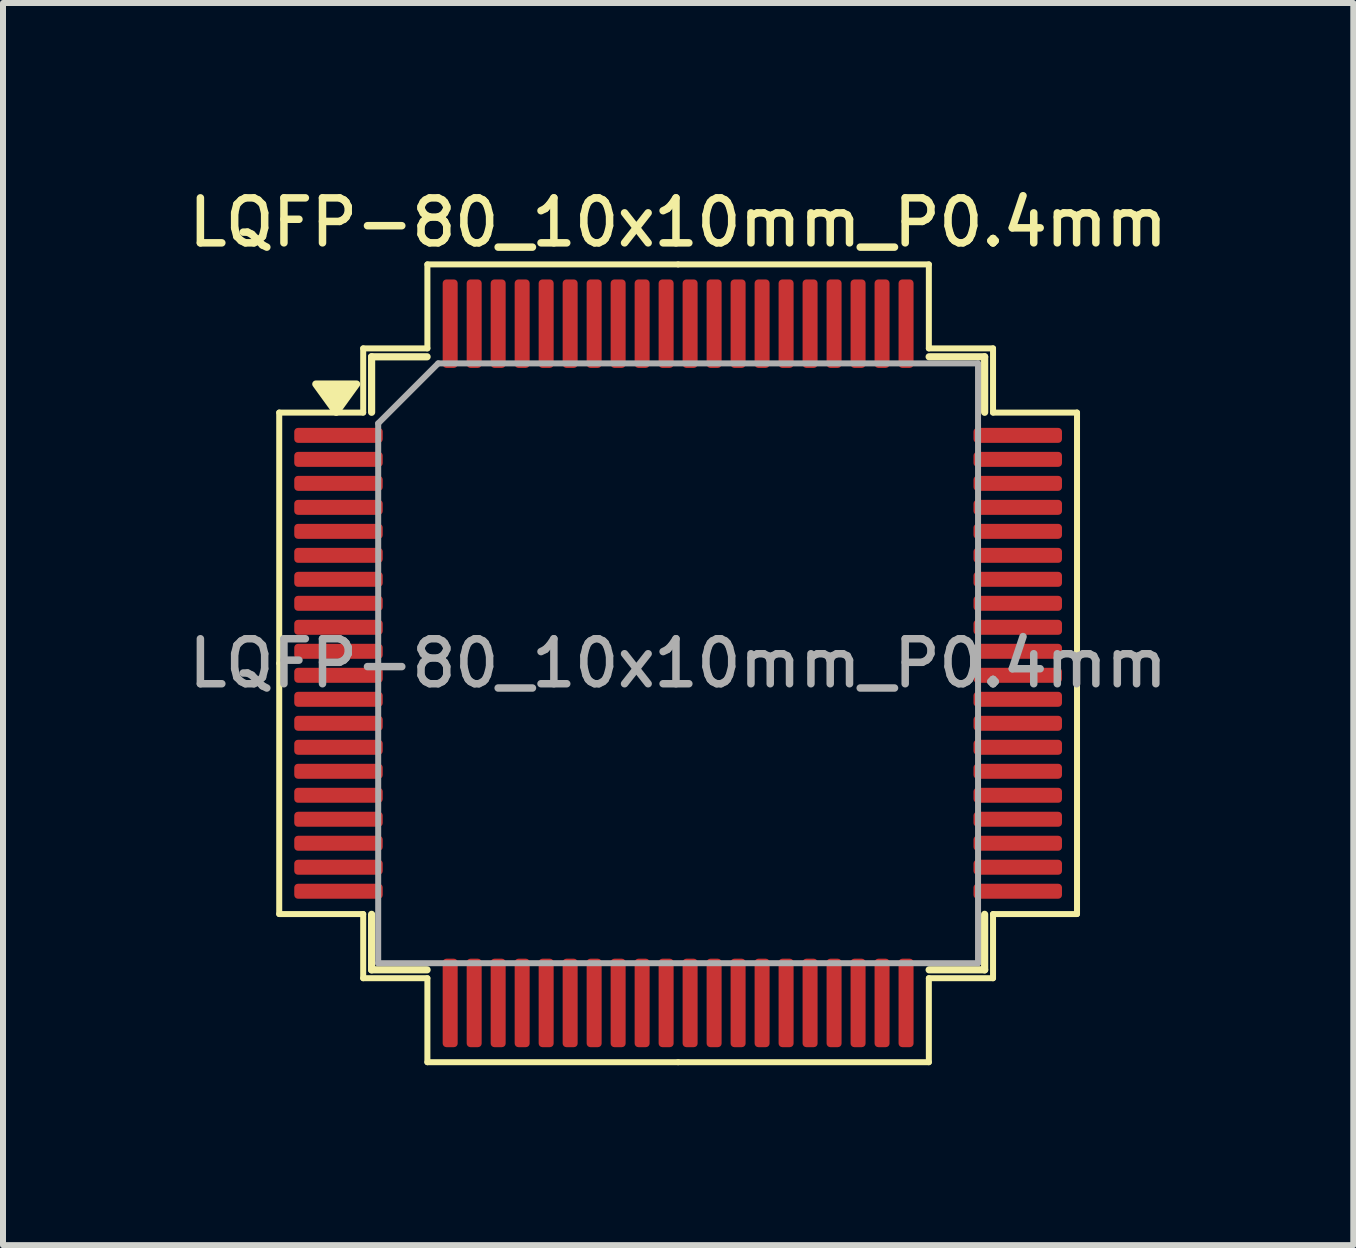
<source format=kicad_pcb>
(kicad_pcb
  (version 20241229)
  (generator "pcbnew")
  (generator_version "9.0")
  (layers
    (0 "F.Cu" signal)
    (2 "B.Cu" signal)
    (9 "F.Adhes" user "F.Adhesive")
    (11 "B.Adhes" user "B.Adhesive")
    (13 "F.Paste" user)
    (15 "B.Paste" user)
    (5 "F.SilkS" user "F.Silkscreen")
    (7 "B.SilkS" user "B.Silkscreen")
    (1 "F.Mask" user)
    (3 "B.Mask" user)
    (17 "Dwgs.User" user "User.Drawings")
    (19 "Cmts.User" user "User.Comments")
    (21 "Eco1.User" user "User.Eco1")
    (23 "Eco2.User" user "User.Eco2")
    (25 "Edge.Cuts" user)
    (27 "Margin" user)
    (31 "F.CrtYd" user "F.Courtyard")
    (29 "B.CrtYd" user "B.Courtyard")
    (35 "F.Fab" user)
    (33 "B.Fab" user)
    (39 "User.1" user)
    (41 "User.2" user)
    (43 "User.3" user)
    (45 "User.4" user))
  (footprint "LQFP-80_10x10mm_P0.4mm"
    (layer "F.Cu")
    (at 8.255 8.008)
    (property "Reference" "LQFP-80_10x10mm_P0.4mm" (at 0 -7.35 0) (layer "F.SilkS") (effects (font (size 0.75 0.75) (thickness 0.125))))
    (attr smd)
    (fp_line (start -6.65 -4.18) (end -6.65 0) (stroke (width 0.1) (type solid)) (layer "F.SilkS"))
    (fp_line (start -6.65 4.18) (end -6.65 0) (stroke (width 0.1) (type solid)) (layer "F.SilkS"))
    (fp_line (start -5.25 -5.25) (end -5.25 -4.18) (stroke (width 0.1) (type solid)) (layer "F.SilkS"))
    (fp_line (start -5.25 -4.18) (end -6.65 -4.18) (stroke (width 0.1) (type solid)) (layer "F.SilkS"))
    (fp_line (start -5.25 4.18) (end -6.65 4.18) (stroke (width 0.1) (type solid)) (layer "F.SilkS"))
    (fp_line (start -5.25 5.25) (end -5.25 4.18) (stroke (width 0.1) (type solid)) (layer "F.SilkS"))
    (fp_line (start -5.11 -5.11) (end -5.11 -4.185) (stroke (width 0.12) (type solid)) (layer "F.SilkS"))
    (fp_line (start -5.11 5.11) (end -5.11 4.185) (stroke (width 0.12) (type solid)) (layer "F.SilkS"))
    (fp_line (start -4.185 -5.11) (end -5.11 -5.11) (stroke (width 0.12) (type solid)) (layer "F.SilkS"))
    (fp_line (start -4.185 5.11) (end -5.11 5.11) (stroke (width 0.12) (type solid)) (layer "F.SilkS"))
    (fp_line (start -4.18 -6.65) (end -4.18 -5.25) (stroke (width 0.1) (type solid)) (layer "F.SilkS"))
    (fp_line (start -4.18 -5.25) (end -5.25 -5.25) (stroke (width 0.1) (type solid)) (layer "F.SilkS"))
    (fp_line (start -4.18 5.25) (end -5.25 5.25) (stroke (width 0.1) (type solid)) (layer "F.SilkS"))
    (fp_line (start -4.18 6.65) (end -4.18 5.25) (stroke (width 0.1) (type solid)) (layer "F.SilkS"))
    (fp_line (start 0 -6.65) (end -4.18 -6.65) (stroke (width 0.1) (type solid)) (layer "F.SilkS"))
    (fp_line (start 0 -6.65) (end 4.18 -6.65) (stroke (width 0.1) (type solid)) (layer "F.SilkS"))
    (fp_line (start 0 6.65) (end -4.18 6.65) (stroke (width 0.1) (type solid)) (layer "F.SilkS"))
    (fp_line (start 0 6.65) (end 4.18 6.65) (stroke (width 0.1) (type solid)) (layer "F.SilkS"))
    (fp_line (start 4.18 -6.65) (end 4.18 -5.25) (stroke (width 0.1) (type solid)) (layer "F.SilkS"))
    (fp_line (start 4.18 -5.25) (end 5.25 -5.25) (stroke (width 0.1) (type solid)) (layer "F.SilkS"))
    (fp_line (start 4.18 5.25) (end 5.25 5.25) (stroke (width 0.1) (type solid)) (layer "F.SilkS"))
    (fp_line (start 4.18 6.65) (end 4.18 5.25) (stroke (width 0.1) (type solid)) (layer "F.SilkS"))
    (fp_line (start 4.185 -5.11) (end 5.11 -5.11) (stroke (width 0.12) (type solid)) (layer "F.SilkS"))
    (fp_line (start 4.185 5.11) (end 5.11 5.11) (stroke (width 0.12) (type solid)) (layer "F.SilkS"))
    (fp_line (start 5.11 -5.11) (end 5.11 -4.185) (stroke (width 0.12) (type solid)) (layer "F.SilkS"))
    (fp_line (start 5.11 5.11) (end 5.11 4.185) (stroke (width 0.12) (type solid)) (layer "F.SilkS"))
    (fp_line (start 5.25 -5.25) (end 5.25 -4.18) (stroke (width 0.1) (type solid)) (layer "F.SilkS"))
    (fp_line (start 5.25 -4.18) (end 6.65 -4.18) (stroke (width 0.1) (type solid)) (layer "F.SilkS"))
    (fp_line (start 5.25 4.18) (end 6.65 4.18) (stroke (width 0.1) (type solid)) (layer "F.SilkS"))
    (fp_line (start 5.25 5.25) (end 5.25 4.18) (stroke (width 0.1) (type solid)) (layer "F.SilkS"))
    (fp_line (start 6.65 -4.18) (end 6.65 0) (stroke (width 0.1) (type solid)) (layer "F.SilkS"))
    (fp_line (start 6.65 4.18) (end 6.65 0) (stroke (width 0.1) (type solid)) (layer "F.SilkS"))
    (fp_poly (pts (xy -5.7 -4.185) (xy -6.04 -4.655) (xy -5.36 -4.655) (xy -5.7 -4.185)) (stroke (width 0.12) (type solid)) (fill yes) (layer "F.SilkS"))
    (fp_line (start -5 -4) (end -4 -5) (stroke (width 0.1) (type solid)) (layer "F.Fab"))
    (fp_line (start -5 5) (end -5 -4) (stroke (width 0.1) (type solid)) (layer "F.Fab"))
    (fp_line (start -4 -5) (end 5 -5) (stroke (width 0.1) (type solid)) (layer "F.Fab"))
    (fp_line (start 5 -5) (end 5 5) (stroke (width 0.1) (type solid)) (layer "F.Fab"))
    (fp_line (start 5 5) (end -5 5) (stroke (width 0.1) (type solid)) (layer "F.Fab"))
    (fp_text user "${REFERENCE}" (at 0 0 0) (layer "F.Fab") (effects (font (size 0.75 0.75) (thickness 0.125))))
    (pad "1" smd roundrect (at -5.662 -3.8) (size 1.475 0.25) (layers "F.Cu" "F.Mask" "F.Paste") (roundrect_rratio 0.25))
    (pad "2" smd roundrect (at -5.662 -3.4) (size 1.475 0.25) (layers "F.Cu" "F.Mask" "F.Paste") (roundrect_rratio 0.25))
    (pad "3" smd roundrect (at -5.662 -3) (size 1.475 0.25) (layers "F.Cu" "F.Mask" "F.Paste") (roundrect_rratio 0.25))
    (pad "4" smd roundrect (at -5.662 -2.6) (size 1.475 0.25) (layers "F.Cu" "F.Mask" "F.Paste") (roundrect_rratio 0.25))
    (pad "5" smd roundrect (at -5.662 -2.2) (size 1.475 0.25) (layers "F.Cu" "F.Mask" "F.Paste") (roundrect_rratio 0.25))
    (pad "6" smd roundrect (at -5.662 -1.8) (size 1.475 0.25) (layers "F.Cu" "F.Mask" "F.Paste") (roundrect_rratio 0.25))
    (pad "7" smd roundrect (at -5.662 -1.4) (size 1.475 0.25) (layers "F.Cu" "F.Mask" "F.Paste") (roundrect_rratio 0.25))
    (pad "8" smd roundrect (at -5.662 -1) (size 1.475 0.25) (layers "F.Cu" "F.Mask" "F.Paste") (roundrect_rratio 0.25))
    (pad "9" smd roundrect (at -5.662 -0.6) (size 1.475 0.25) (layers "F.Cu" "F.Mask" "F.Paste") (roundrect_rratio 0.25))
    (pad "10" smd roundrect (at -5.662 -0.2) (size 1.475 0.25) (layers "F.Cu" "F.Mask" "F.Paste") (roundrect_rratio 0.25))
    (pad "11" smd roundrect (at -5.662 0.2) (size 1.475 0.25) (layers "F.Cu" "F.Mask" "F.Paste") (roundrect_rratio 0.25))
    (pad "12" smd roundrect (at -5.662 0.6) (size 1.475 0.25) (layers "F.Cu" "F.Mask" "F.Paste") (roundrect_rratio 0.25))
    (pad "13" smd roundrect (at -5.662 1) (size 1.475 0.25) (layers "F.Cu" "F.Mask" "F.Paste") (roundrect_rratio 0.25))
    (pad "14" smd roundrect (at -5.662 1.4) (size 1.475 0.25) (layers "F.Cu" "F.Mask" "F.Paste") (roundrect_rratio 0.25))
    (pad "15" smd roundrect (at -5.662 1.8) (size 1.475 0.25) (layers "F.Cu" "F.Mask" "F.Paste") (roundrect_rratio 0.25))
    (pad "16" smd roundrect (at -5.662 2.2) (size 1.475 0.25) (layers "F.Cu" "F.Mask" "F.Paste") (roundrect_rratio 0.25))
    (pad "17" smd roundrect (at -5.662 2.6) (size 1.475 0.25) (layers "F.Cu" "F.Mask" "F.Paste") (roundrect_rratio 0.25))
    (pad "18" smd roundrect (at -5.662 3) (size 1.475 0.25) (layers "F.Cu" "F.Mask" "F.Paste") (roundrect_rratio 0.25))
    (pad "19" smd roundrect (at -5.662 3.4) (size 1.475 0.25) (layers "F.Cu" "F.Mask" "F.Paste") (roundrect_rratio 0.25))
    (pad "20" smd roundrect (at -5.662 3.8) (size 1.475 0.25) (layers "F.Cu" "F.Mask" "F.Paste") (roundrect_rratio 0.25))
    (pad "21" smd roundrect (at -3.8 5.662) (size 0.25 1.475) (layers "F.Cu" "F.Mask" "F.Paste") (roundrect_rratio 0.25))
    (pad "22" smd roundrect (at -3.4 5.662) (size 0.25 1.475) (layers "F.Cu" "F.Mask" "F.Paste") (roundrect_rratio 0.25))
    (pad "23" smd roundrect (at -3 5.662) (size 0.25 1.475) (layers "F.Cu" "F.Mask" "F.Paste") (roundrect_rratio 0.25))
    (pad "24" smd roundrect (at -2.6 5.662) (size 0.25 1.475) (layers "F.Cu" "F.Mask" "F.Paste") (roundrect_rratio 0.25))
    (pad "25" smd roundrect (at -2.2 5.662) (size 0.25 1.475) (layers "F.Cu" "F.Mask" "F.Paste") (roundrect_rratio 0.25))
    (pad "26" smd roundrect (at -1.8 5.662) (size 0.25 1.475) (layers "F.Cu" "F.Mask" "F.Paste") (roundrect_rratio 0.25))
    (pad "27" smd roundrect (at -1.4 5.662) (size 0.25 1.475) (layers "F.Cu" "F.Mask" "F.Paste") (roundrect_rratio 0.25))
    (pad "28" smd roundrect (at -1 5.662) (size 0.25 1.475) (layers "F.Cu" "F.Mask" "F.Paste") (roundrect_rratio 0.25))
    (pad "29" smd roundrect (at -0.6 5.662) (size 0.25 1.475) (layers "F.Cu" "F.Mask" "F.Paste") (roundrect_rratio 0.25))
    (pad "30" smd roundrect (at -0.2 5.662) (size 0.25 1.475) (layers "F.Cu" "F.Mask" "F.Paste") (roundrect_rratio 0.25))
    (pad "31" smd roundrect (at 0.2 5.662) (size 0.25 1.475) (layers "F.Cu" "F.Mask" "F.Paste") (roundrect_rratio 0.25))
    (pad "32" smd roundrect (at 0.6 5.662) (size 0.25 1.475) (layers "F.Cu" "F.Mask" "F.Paste") (roundrect_rratio 0.25))
    (pad "33" smd roundrect (at 1 5.662) (size 0.25 1.475) (layers "F.Cu" "F.Mask" "F.Paste") (roundrect_rratio 0.25))
    (pad "34" smd roundrect (at 1.4 5.662) (size 0.25 1.475) (layers "F.Cu" "F.Mask" "F.Paste") (roundrect_rratio 0.25))
    (pad "35" smd roundrect (at 1.8 5.662) (size 0.25 1.475) (layers "F.Cu" "F.Mask" "F.Paste") (roundrect_rratio 0.25))
    (pad "36" smd roundrect (at 2.2 5.662) (size 0.25 1.475) (layers "F.Cu" "F.Mask" "F.Paste") (roundrect_rratio 0.25))
    (pad "37" smd roundrect (at 2.6 5.662) (size 0.25 1.475) (layers "F.Cu" "F.Mask" "F.Paste") (roundrect_rratio 0.25))
    (pad "38" smd roundrect (at 3 5.662) (size 0.25 1.475) (layers "F.Cu" "F.Mask" "F.Paste") (roundrect_rratio 0.25))
    (pad "39" smd roundrect (at 3.4 5.662) (size 0.25 1.475) (layers "F.Cu" "F.Mask" "F.Paste") (roundrect_rratio 0.25))
    (pad "40" smd roundrect (at 3.8 5.662) (size 0.25 1.475) (layers "F.Cu" "F.Mask" "F.Paste") (roundrect_rratio 0.25))
    (pad "41" smd roundrect (at 5.662 3.8) (size 1.475 0.25) (layers "F.Cu" "F.Mask" "F.Paste") (roundrect_rratio 0.25))
    (pad "42" smd roundrect (at 5.662 3.4) (size 1.475 0.25) (layers "F.Cu" "F.Mask" "F.Paste") (roundrect_rratio 0.25))
    (pad "43" smd roundrect (at 5.662 3) (size 1.475 0.25) (layers "F.Cu" "F.Mask" "F.Paste") (roundrect_rratio 0.25))
    (pad "44" smd roundrect (at 5.662 2.6) (size 1.475 0.25) (layers "F.Cu" "F.Mask" "F.Paste") (roundrect_rratio 0.25))
    (pad "45" smd roundrect (at 5.662 2.2) (size 1.475 0.25) (layers "F.Cu" "F.Mask" "F.Paste") (roundrect_rratio 0.25))
    (pad "46" smd roundrect (at 5.662 1.8) (size 1.475 0.25) (layers "F.Cu" "F.Mask" "F.Paste") (roundrect_rratio 0.25))
    (pad "47" smd roundrect (at 5.662 1.4) (size 1.475 0.25) (layers "F.Cu" "F.Mask" "F.Paste") (roundrect_rratio 0.25))
    (pad "48" smd roundrect (at 5.662 1) (size 1.475 0.25) (layers "F.Cu" "F.Mask" "F.Paste") (roundrect_rratio 0.25))
    (pad "49" smd roundrect (at 5.662 0.6) (size 1.475 0.25) (layers "F.Cu" "F.Mask" "F.Paste") (roundrect_rratio 0.25))
    (pad "50" smd roundrect (at 5.662 0.2) (size 1.475 0.25) (layers "F.Cu" "F.Mask" "F.Paste") (roundrect_rratio 0.25))
    (pad "51" smd roundrect (at 5.662 -0.2) (size 1.475 0.25) (layers "F.Cu" "F.Mask" "F.Paste") (roundrect_rratio 0.25))
    (pad "52" smd roundrect (at 5.662 -0.6) (size 1.475 0.25) (layers "F.Cu" "F.Mask" "F.Paste") (roundrect_rratio 0.25))
    (pad "53" smd roundrect (at 5.662 -1) (size 1.475 0.25) (layers "F.Cu" "F.Mask" "F.Paste") (roundrect_rratio 0.25))
    (pad "54" smd roundrect (at 5.662 -1.4) (size 1.475 0.25) (layers "F.Cu" "F.Mask" "F.Paste") (roundrect_rratio 0.25))
    (pad "55" smd roundrect (at 5.662 -1.8) (size 1.475 0.25) (layers "F.Cu" "F.Mask" "F.Paste") (roundrect_rratio 0.25))
    (pad "56" smd roundrect (at 5.662 -2.2) (size 1.475 0.25) (layers "F.Cu" "F.Mask" "F.Paste") (roundrect_rratio 0.25))
    (pad "57" smd roundrect (at 5.662 -2.6) (size 1.475 0.25) (layers "F.Cu" "F.Mask" "F.Paste") (roundrect_rratio 0.25))
    (pad "58" smd roundrect (at 5.662 -3) (size 1.475 0.25) (layers "F.Cu" "F.Mask" "F.Paste") (roundrect_rratio 0.25))
    (pad "59" smd roundrect (at 5.662 -3.4) (size 1.475 0.25) (layers "F.Cu" "F.Mask" "F.Paste") (roundrect_rratio 0.25))
    (pad "60" smd roundrect (at 5.662 -3.8) (size 1.475 0.25) (layers "F.Cu" "F.Mask" "F.Paste") (roundrect_rratio 0.25))
    (pad "61" smd roundrect (at 3.8 -5.662) (size 0.25 1.475) (layers "F.Cu" "F.Mask" "F.Paste") (roundrect_rratio 0.25))
    (pad "62" smd roundrect (at 3.4 -5.662) (size 0.25 1.475) (layers "F.Cu" "F.Mask" "F.Paste") (roundrect_rratio 0.25))
    (pad "63" smd roundrect (at 3 -5.662) (size 0.25 1.475) (layers "F.Cu" "F.Mask" "F.Paste") (roundrect_rratio 0.25))
    (pad "64" smd roundrect (at 2.6 -5.662) (size 0.25 1.475) (layers "F.Cu" "F.Mask" "F.Paste") (roundrect_rratio 0.25))
    (pad "65" smd roundrect (at 2.2 -5.662) (size 0.25 1.475) (layers "F.Cu" "F.Mask" "F.Paste") (roundrect_rratio 0.25))
    (pad "66" smd roundrect (at 1.8 -5.662) (size 0.25 1.475) (layers "F.Cu" "F.Mask" "F.Paste") (roundrect_rratio 0.25))
    (pad "67" smd roundrect (at 1.4 -5.662) (size 0.25 1.475) (layers "F.Cu" "F.Mask" "F.Paste") (roundrect_rratio 0.25))
    (pad "68" smd roundrect (at 1 -5.662) (size 0.25 1.475) (layers "F.Cu" "F.Mask" "F.Paste") (roundrect_rratio 0.25))
    (pad "69" smd roundrect (at 0.6 -5.662) (size 0.25 1.475) (layers "F.Cu" "F.Mask" "F.Paste") (roundrect_rratio 0.25))
    (pad "70" smd roundrect (at 0.2 -5.662) (size 0.25 1.475) (layers "F.Cu" "F.Mask" "F.Paste") (roundrect_rratio 0.25))
    (pad "71" smd roundrect (at -0.2 -5.662) (size 0.25 1.475) (layers "F.Cu" "F.Mask" "F.Paste") (roundrect_rratio 0.25))
    (pad "72" smd roundrect (at -0.6 -5.662) (size 0.25 1.475) (layers "F.Cu" "F.Mask" "F.Paste") (roundrect_rratio 0.25))
    (pad "73" smd roundrect (at -1 -5.662) (size 0.25 1.475) (layers "F.Cu" "F.Mask" "F.Paste") (roundrect_rratio 0.25))
    (pad "74" smd roundrect (at -1.4 -5.662) (size 0.25 1.475) (layers "F.Cu" "F.Mask" "F.Paste") (roundrect_rratio 0.25))
    (pad "75" smd roundrect (at -1.8 -5.662) (size 0.25 1.475) (layers "F.Cu" "F.Mask" "F.Paste") (roundrect_rratio 0.25))
    (pad "76" smd roundrect (at -2.2 -5.662) (size 0.25 1.475) (layers "F.Cu" "F.Mask" "F.Paste") (roundrect_rratio 0.25))
    (pad "77" smd roundrect (at -2.6 -5.662) (size 0.25 1.475) (layers "F.Cu" "F.Mask" "F.Paste") (roundrect_rratio 0.25))
    (pad "78" smd roundrect (at -3 -5.662) (size 0.25 1.475) (layers "F.Cu" "F.Mask" "F.Paste") (roundrect_rratio 0.25))
    (pad "79" smd roundrect (at -3.4 -5.662) (size 0.25 1.475) (layers "F.Cu" "F.Mask" "F.Paste") (roundrect_rratio 0.25))
    (pad "80" smd roundrect (at -3.8 -5.662) (size 0.25 1.475) (layers "F.Cu" "F.Mask" "F.Paste") (roundrect_rratio 0.25)))
  (gr_rect
    (start -3 -3)
    (end 19.511 17.708)
    (stroke (width 0.1) (type default))
    (fill no)
    (layer "Edge.Cuts")))
</source>
